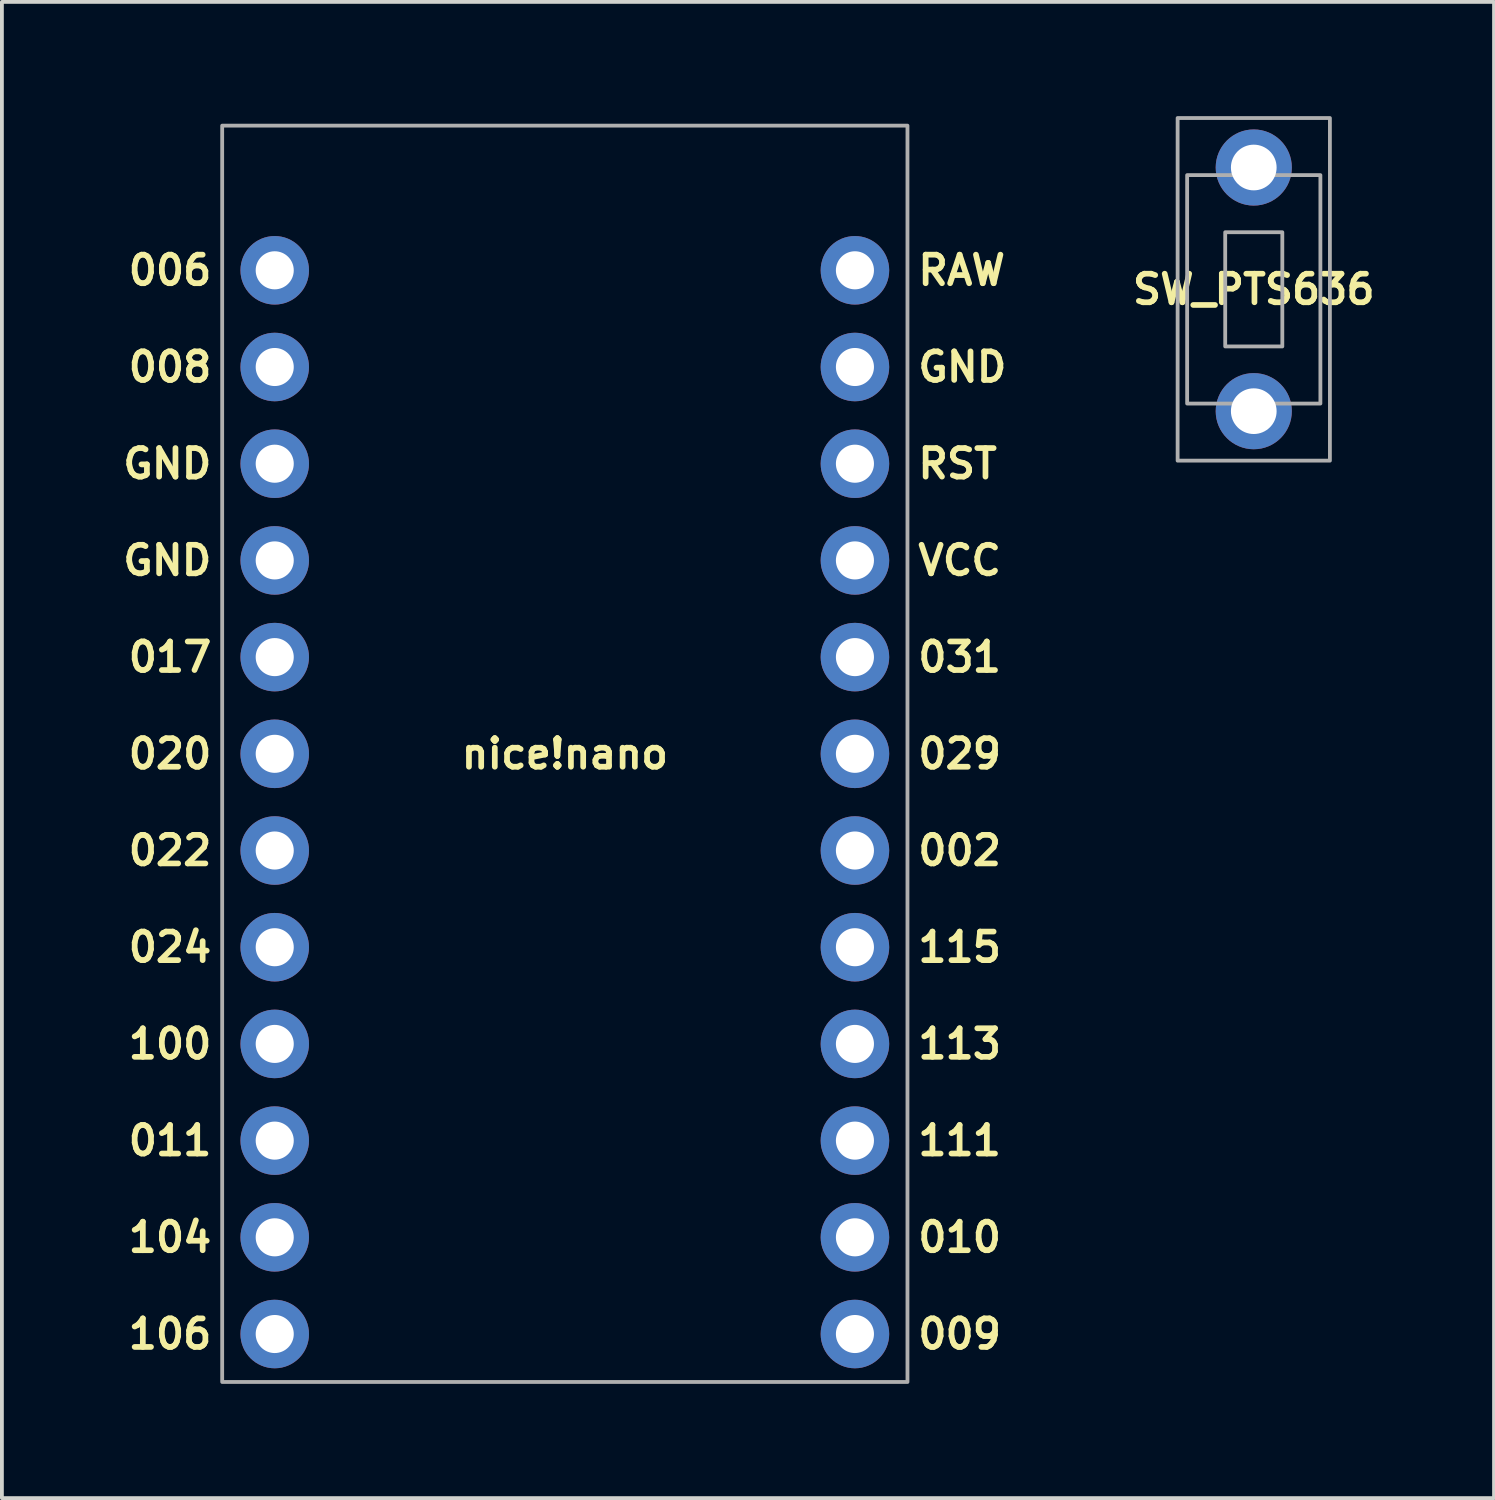
<source format=kicad_pcb>
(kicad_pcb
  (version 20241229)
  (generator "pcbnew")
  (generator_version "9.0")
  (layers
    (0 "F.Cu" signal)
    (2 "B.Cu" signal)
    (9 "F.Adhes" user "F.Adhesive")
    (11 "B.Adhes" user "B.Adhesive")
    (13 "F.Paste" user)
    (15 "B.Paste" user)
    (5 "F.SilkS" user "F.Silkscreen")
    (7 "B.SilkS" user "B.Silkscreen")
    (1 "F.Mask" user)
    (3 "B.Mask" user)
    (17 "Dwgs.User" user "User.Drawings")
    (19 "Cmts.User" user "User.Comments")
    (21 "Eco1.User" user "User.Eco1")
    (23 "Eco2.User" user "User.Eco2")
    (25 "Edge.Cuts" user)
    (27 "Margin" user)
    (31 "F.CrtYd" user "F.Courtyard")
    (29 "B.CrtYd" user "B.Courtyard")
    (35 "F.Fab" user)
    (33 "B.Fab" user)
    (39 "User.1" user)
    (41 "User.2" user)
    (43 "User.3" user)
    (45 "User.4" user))
  (footprint "SW_PTS636"
    (layer "F.Cu")
    (at 29.882 4.55)
    (property "Reference" "SW_PTS636" (at 0 0 180) (layer "F.SilkS") (effects (font (size 0.75 0.75) (thickness 0.15))))
    (attr through_hole)
    (fp_rect (start -2 -4.5) (end 2 4.5) (stroke (width 0.1) (type default)) (fill no) (layer "F.Fab"))
    (fp_rect (start -1.75 -3) (end 1.75 3) (stroke (width 0.1) (type default)) (fill no) (layer "F.Fab"))
    (fp_rect (start -0.75 -1.5) (end 0.75 1.5) (stroke (width 0.1) (type default)) (fill no) (layer "F.Fab"))
    (pad "1" thru_hole circle (at 0 -3.2 270) (size 2 2) (drill 1.2) (layers "*.Cu" "*.Mask"))
    (pad "2" thru_hole circle (at 0 3.2 270) (size 2 2) (drill 1.2) (layers "*.Cu" "*.Mask")))
  (footprint "nice!nano"
    (layer "F.Cu")
    (at 11.786 0.25)
    (property "Reference" "nice!nano" (at 0 16.5 0) (layer "F.SilkS") (effects (font (size 0.75 0.75) (thickness 0.15))))
    (attr through_hole)
    (fp_rect (start -9 0) (end 9 33) (stroke (width 0.1) (type default)) (fill no) (layer "F.Fab"))
    (fp_text user "GND" (at -9.2 11.42 0) (layer "F.SilkS") (effects (font (size 0.75 0.75) (thickness 0.15)) (justify right)))
    (fp_text user "006" (at -9.2 3.8 0) (layer "F.SilkS") (effects (font (size 0.75 0.75) (thickness 0.15)) (justify right)))
    (fp_text user "011" (at -9.2 26.66 0) (layer "F.SilkS") (effects (font (size 0.75 0.75) (thickness 0.15)) (justify right)))
    (fp_text user "VCC" (at 9.2 11.42 0) (layer "F.SilkS") (effects (font (size 0.75 0.75) (thickness 0.15)) (justify left)))
    (fp_text user "RAW" (at 9.2 3.8 0) (layer "F.SilkS") (effects (font (size 0.75 0.75) (thickness 0.15)) (justify left)))
    (fp_text user "020" (at -9.2 16.5 0) (layer "F.SilkS") (effects (font (size 0.75 0.75) (thickness 0.15)) (justify right)))
    (fp_text user "106" (at -9.2 31.74 0) (layer "F.SilkS") (effects (font (size 0.75 0.75) (thickness 0.15)) (justify right)))
    (fp_text user "GND" (at 9.2 6.34 0) (layer "F.SilkS") (effects (font (size 0.75 0.75) (thickness 0.15)) (justify left)))
    (fp_text user "017" (at -9.2 13.96 0) (layer "F.SilkS") (effects (font (size 0.75 0.75) (thickness 0.15)) (justify right)))
    (fp_text user "031" (at 9.2 13.96 0) (layer "F.SilkS") (effects (font (size 0.75 0.75) (thickness 0.15)) (justify left)))
    (fp_text user "113" (at 9.2 24.12 0) (layer "F.SilkS") (effects (font (size 0.75 0.75) (thickness 0.15)) (justify left)))
    (fp_text user "010" (at 9.2 29.2 0) (layer "F.SilkS") (effects (font (size 0.75 0.75) (thickness 0.15)) (justify left)))
    (fp_text user "008" (at -9.2 6.34 0) (layer "F.SilkS") (effects (font (size 0.75 0.75) (thickness 0.15)) (justify right)))
    (fp_text user "009" (at 9.2 31.74 0) (layer "F.SilkS") (effects (font (size 0.75 0.75) (thickness 0.15)) (justify left)))
    (fp_text user "100" (at -9.2 24.12 0) (layer "F.SilkS") (effects (font (size 0.75 0.75) (thickness 0.15)) (justify right)))
    (fp_text user "029" (at 9.2 16.5 0) (layer "F.SilkS") (effects (font (size 0.75 0.75) (thickness 0.15)) (justify left)))
    (fp_text user "111" (at 9.2 26.66 0) (layer "F.SilkS") (effects (font (size 0.75 0.75) (thickness 0.15)) (justify left)))
    (fp_text user "022" (at -9.2 19.04 0) (layer "F.SilkS") (effects (font (size 0.75 0.75) (thickness 0.15)) (justify right)))
    (fp_text user "024" (at -9.2 21.58 0) (layer "F.SilkS") (effects (font (size 0.75 0.75) (thickness 0.15)) (justify right)))
    (fp_text user "RST" (at 9.2 8.88 0) (layer "F.SilkS") (effects (font (size 0.75 0.75) (thickness 0.15)) (justify left)))
    (fp_text user "002" (at 9.2 19.04 0) (layer "F.SilkS") (effects (font (size 0.75 0.75) (thickness 0.15)) (justify left)))
    (fp_text user "115" (at 9.2 21.58 0) (layer "F.SilkS") (effects (font (size 0.75 0.75) (thickness 0.15)) (justify left)))
    (fp_text user "GND" (at -9.2 8.88 0) (layer "F.SilkS") (effects (font (size 0.75 0.75) (thickness 0.15)) (justify right)))
    (fp_text user "104" (at -9.2 29.2 0) (layer "F.SilkS") (effects (font (size 0.75 0.75) (thickness 0.15)) (justify right)))
    (pad "1" thru_hole circle (at -7.62 3.8) (size 1.8 1.8) (drill 1) (layers "*.Cu" "*.Mask"))
    (pad "2" thru_hole circle (at -7.62 6.34) (size 1.8 1.8) (drill 1) (layers "*.Cu" "*.Mask"))
    (pad "3" thru_hole circle (at -7.62 8.88) (size 1.8 1.8) (drill 1) (layers "*.Cu" "*.Mask"))
    (pad "4" thru_hole circle (at -7.62 11.42) (size 1.8 1.8) (drill 1) (layers "*.Cu" "*.Mask"))
    (pad "5" thru_hole circle (at -7.62 13.96) (size 1.8 1.8) (drill 1) (layers "*.Cu" "*.Mask"))
    (pad "6" thru_hole circle (at -7.62 16.5) (size 1.8 1.8) (drill 1) (layers "*.Cu" "*.Mask"))
    (pad "7" thru_hole circle (at -7.62 19.04) (size 1.8 1.8) (drill 1) (layers "*.Cu" "*.Mask"))
    (pad "8" thru_hole circle (at -7.62 21.58) (size 1.8 1.8) (drill 1) (layers "*.Cu" "*.Mask"))
    (pad "9" thru_hole circle (at -7.62 24.12) (size 1.8 1.8) (drill 1) (layers "*.Cu" "*.Mask"))
    (pad "10" thru_hole circle (at -7.62 26.66) (size 1.8 1.8) (drill 1) (layers "*.Cu" "*.Mask"))
    (pad "11" thru_hole circle (at -7.62 29.2) (size 1.8 1.8) (drill 1) (layers "*.Cu" "*.Mask"))
    (pad "12" thru_hole circle (at -7.62 31.74) (size 1.8 1.8) (drill 1) (layers "*.Cu" "*.Mask"))
    (pad "13" thru_hole circle (at 7.62 31.74) (size 1.8 1.8) (drill 1) (layers "*.Cu" "*.Mask"))
    (pad "14" thru_hole circle (at 7.62 29.2) (size 1.8 1.8) (drill 1) (layers "*.Cu" "*.Mask"))
    (pad "15" thru_hole circle (at 7.62 26.66) (size 1.8 1.8) (drill 1) (layers "*.Cu" "*.Mask"))
    (pad "16" thru_hole circle (at 7.62 24.12) (size 1.8 1.8) (drill 1) (layers "*.Cu" "*.Mask"))
    (pad "17" thru_hole circle (at 7.62 21.58) (size 1.8 1.8) (drill 1) (layers "*.Cu" "*.Mask"))
    (pad "18" thru_hole circle (at 7.62 19.04 90) (size 1.8 1.8) (drill 1) (layers "*.Cu" "*.Mask"))
    (pad "19" thru_hole circle (at 7.62 16.5) (size 1.8 1.8) (drill 1) (layers "*.Cu" "*.Mask"))
    (pad "20" thru_hole circle (at 7.62 13.96) (size 1.8 1.8) (drill 1) (layers "*.Cu" "*.Mask"))
    (pad "21" thru_hole circle (at 7.62 11.42) (size 1.8 1.8) (drill 1) (layers "*.Cu" "*.Mask"))
    (pad "22" thru_hole circle (at 7.62 8.88) (size 1.8 1.8) (drill 1) (layers "*.Cu" "*.Mask"))
    (pad "23" thru_hole circle (at 7.62 6.34) (size 1.8 1.8) (drill 1) (layers "*.Cu" "*.Mask"))
    (pad "24" thru_hole circle (at 7.62 3.8) (size 1.8 1.8) (drill 1) (layers "*.Cu" "*.Mask")))
  (gr_rect
    (start -3 -3)
    (end 36.193 36.3)
    (stroke (width 0.1) (type default))
    (fill no)
    (layer "Edge.Cuts")))
</source>
